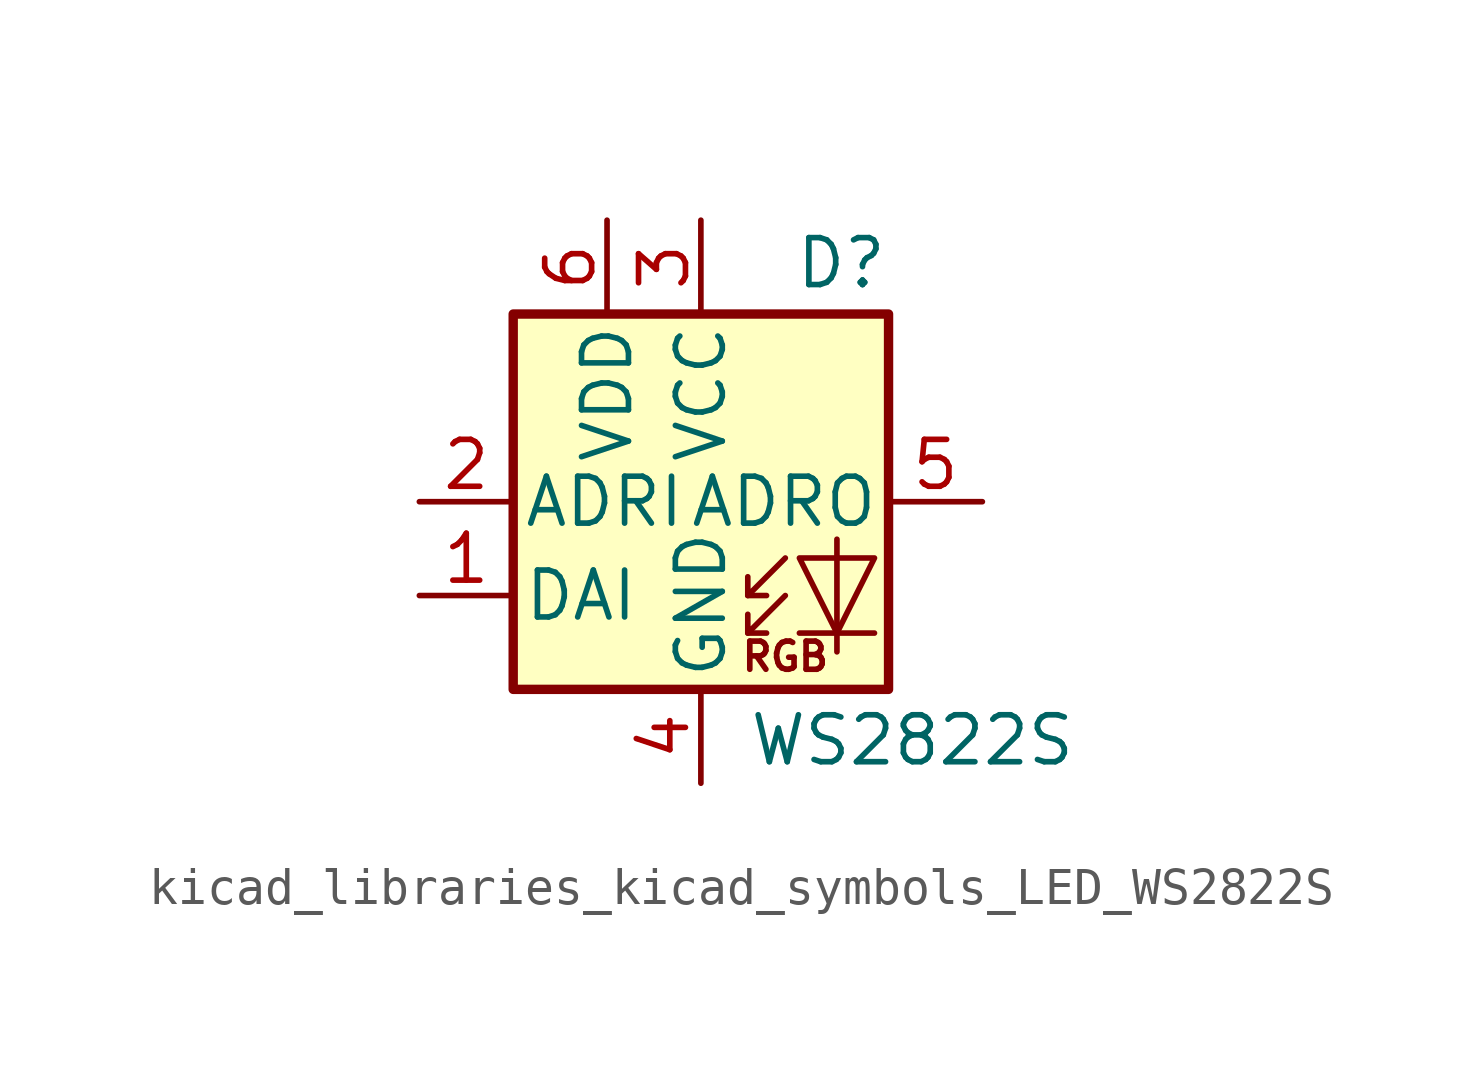
<source format=kicad_sym>
(kicad_symbol_lib
  (version 20220914)
  (generator kicad_symbol_editor)
  (symbol "kicad_libraries_kicad_symbols_LED_WS2822S"
    (pin_names
      (offset 0.254))
    (property "Reference" "D"
      (at 5.08 5.715 0)
      (effects (font (size 1.27 1.27)) (justify right bottom)))
    (property "Value" "WS2822S"
      (at 1.27 -5.715 0)
      (effects (font (size 1.27 1.27)) (justify left top)))
    (symbol "kicad_libraries_kicad_symbols_LED_WS2822S_0_0"
      (text "RGB" (at 2.286 -4.191 0) (effects (font (size 0.762 0.762)))))
    (symbol "kicad_libraries_kicad_symbols_LED_WS2822S_0_1"
      (rectangle (start -5.08 5.08) (end 5.08 -5.08) (stroke (width 0.254) (type default)) (fill (type background)))
      (polyline (pts (xy 1.27 -3.556) (xy 1.778 -3.556)) (stroke (width 0) (type default)) (fill (type none)))
      (polyline (pts (xy 1.27 -2.54) (xy 1.778 -2.54)) (stroke (width 0) (type default)) (fill (type none)))
      (polyline (pts (xy 4.699 -3.556) (xy 2.667 -3.556)) (stroke (width 0) (type default)) (fill (type none)))
      (polyline (pts (xy 2.286 -2.54) (xy 1.27 -3.556) (xy 1.27 -3.048)) (stroke (width 0) (type default)) (fill (type none)))
      (polyline (pts (xy 2.286 -1.524) (xy 1.27 -2.54) (xy 1.27 -2.032)) (stroke (width 0) (type default)) (fill (type none)))
      (polyline (pts (xy 3.683 -1.016) (xy 3.683 -3.556) (xy 3.683 -4.064)) (stroke (width 0) (type default)) (fill (type none)))
      (polyline (pts (xy 4.699 -1.524) (xy 2.667 -1.524) (xy 3.683 -3.556) (xy 4.699 -1.524)) (stroke (width 0) (type default)) (fill (type none))))
    (symbol "kicad_libraries_kicad_symbols_LED_WS2822S_1_1"
      (pin input line (at -7.62 -2.54 0) (length 2.54) (name "DAI" (effects (font (size 1.27 1.27)))) (number "1" (effects (font (size 1.27 1.27)))))
      (pin input line (at -7.62 0 0) (length 2.54) (name "ADRI" (effects (font (size 1.27 1.27)))) (number "2" (effects (font (size 1.27 1.27)))))
      (pin power_in line (at 0 7.62 270) (length 2.54) (name "VCC" (effects (font (size 1.27 1.27)))) (number "3" (effects (font (size 1.27 1.27)))))
      (pin power_in line (at 0 -7.62 90) (length 2.54) (name "GND" (effects (font (size 1.27 1.27)))) (number "4" (effects (font (size 1.27 1.27)))))
      (pin output line (at 7.62 0 180) (length 2.54) (name "ADRO" (effects (font (size 1.27 1.27)))) (number "5" (effects (font (size 1.27 1.27)))))
      (pin power_in line (at -2.54 7.62 270) (length 2.54) (name "VDD" (effects (font (size 1.27 1.27)))) (number "6" (effects (font (size 1.27 1.27))))))))
</source>
